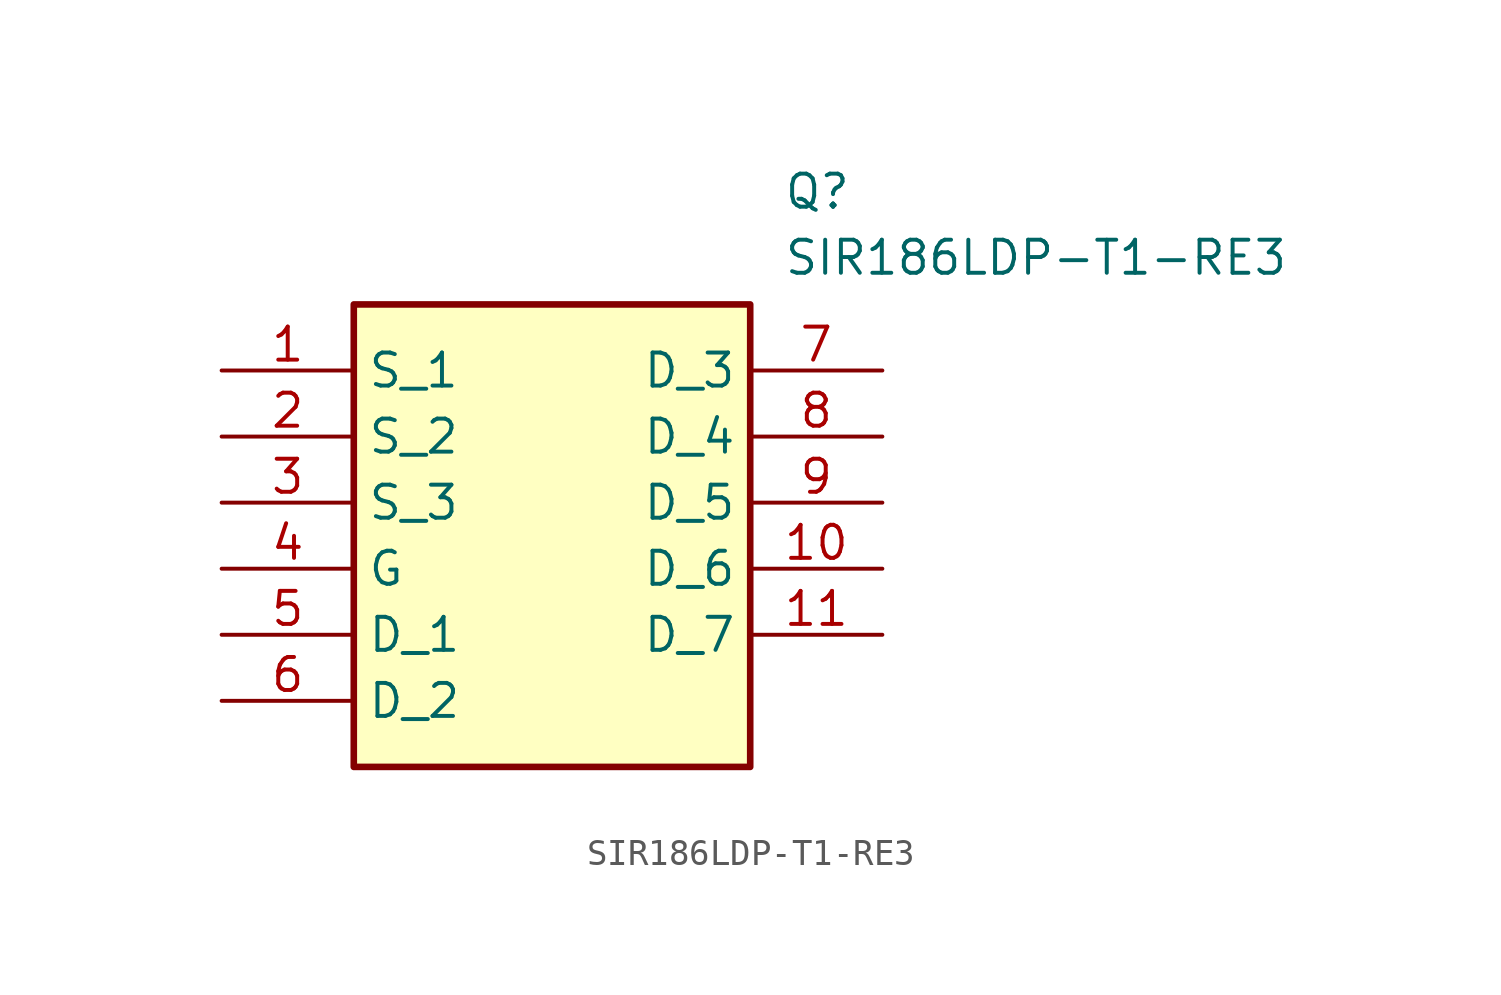
<source format=kicad_sym>
(kicad_symbol_lib
  (version 20211014)
  (generator SamacSys_ECAD_Model)
  (symbol "SIR186LDP-T1-RE3"
    (property "Reference" "Q"
      (at 21.59 7.62 0)
      (effects (font (size 1.27 1.27)) (justify left top)))
    (property "Value" "SIR186LDP-T1-RE3"
      (at 21.59 5.08 0)
      (effects (font (size 1.27 1.27)) (justify left top)))
    (rectangle
      (start 5.08 2.54)
      (end 20.32 -15.24)
      (stroke (width 0.254) (type default))
      (fill (type background)))
    (pin passive line
      (at 0 0 0)
      (length 5.08)
      (name "S_1" (effects (font (size 1.27 1.27))))
      (number "1" (effects (font (size 1.27 1.27)))))
    (pin passive line
      (at 0 -2.54 0)
      (length 5.08)
      (name "S_2" (effects (font (size 1.27 1.27))))
      (number "2" (effects (font (size 1.27 1.27)))))
    (pin passive line
      (at 0 -5.08 0)
      (length 5.08)
      (name "S_3" (effects (font (size 1.27 1.27))))
      (number "3" (effects (font (size 1.27 1.27)))))
    (pin passive line
      (at 0 -7.62 0)
      (length 5.08)
      (name "G" (effects (font (size 1.27 1.27))))
      (number "4" (effects (font (size 1.27 1.27)))))
    (pin passive line
      (at 0 -10.16 0)
      (length 5.08)
      (name "D_1" (effects (font (size 1.27 1.27))))
      (number "5" (effects (font (size 1.27 1.27)))))
    (pin passive line
      (at 0 -12.7 0)
      (length 5.08)
      (name "D_2" (effects (font (size 1.27 1.27))))
      (number "6" (effects (font (size 1.27 1.27)))))
    (pin passive line
      (at 25.4 0 180)
      (length 5.08)
      (name "D_3" (effects (font (size 1.27 1.27))))
      (number "7" (effects (font (size 1.27 1.27)))))
    (pin passive line
      (at 25.4 -2.54 180)
      (length 5.08)
      (name "D_4" (effects (font (size 1.27 1.27))))
      (number "8" (effects (font (size 1.27 1.27)))))
    (pin passive line
      (at 25.4 -5.08 180)
      (length 5.08)
      (name "D_5" (effects (font (size 1.27 1.27))))
      (number "9" (effects (font (size 1.27 1.27)))))
    (pin passive line
      (at 25.4 -7.62 180)
      (length 5.08)
      (name "D_6" (effects (font (size 1.27 1.27))))
      (number "10" (effects (font (size 1.27 1.27)))))
    (pin passive line
      (at 25.4 -10.16 180)
      (length 5.08)
      (name "D_7" (effects (font (size 1.27 1.27))))
      (number "11" (effects (font (size 1.27 1.27)))))))
</source>
